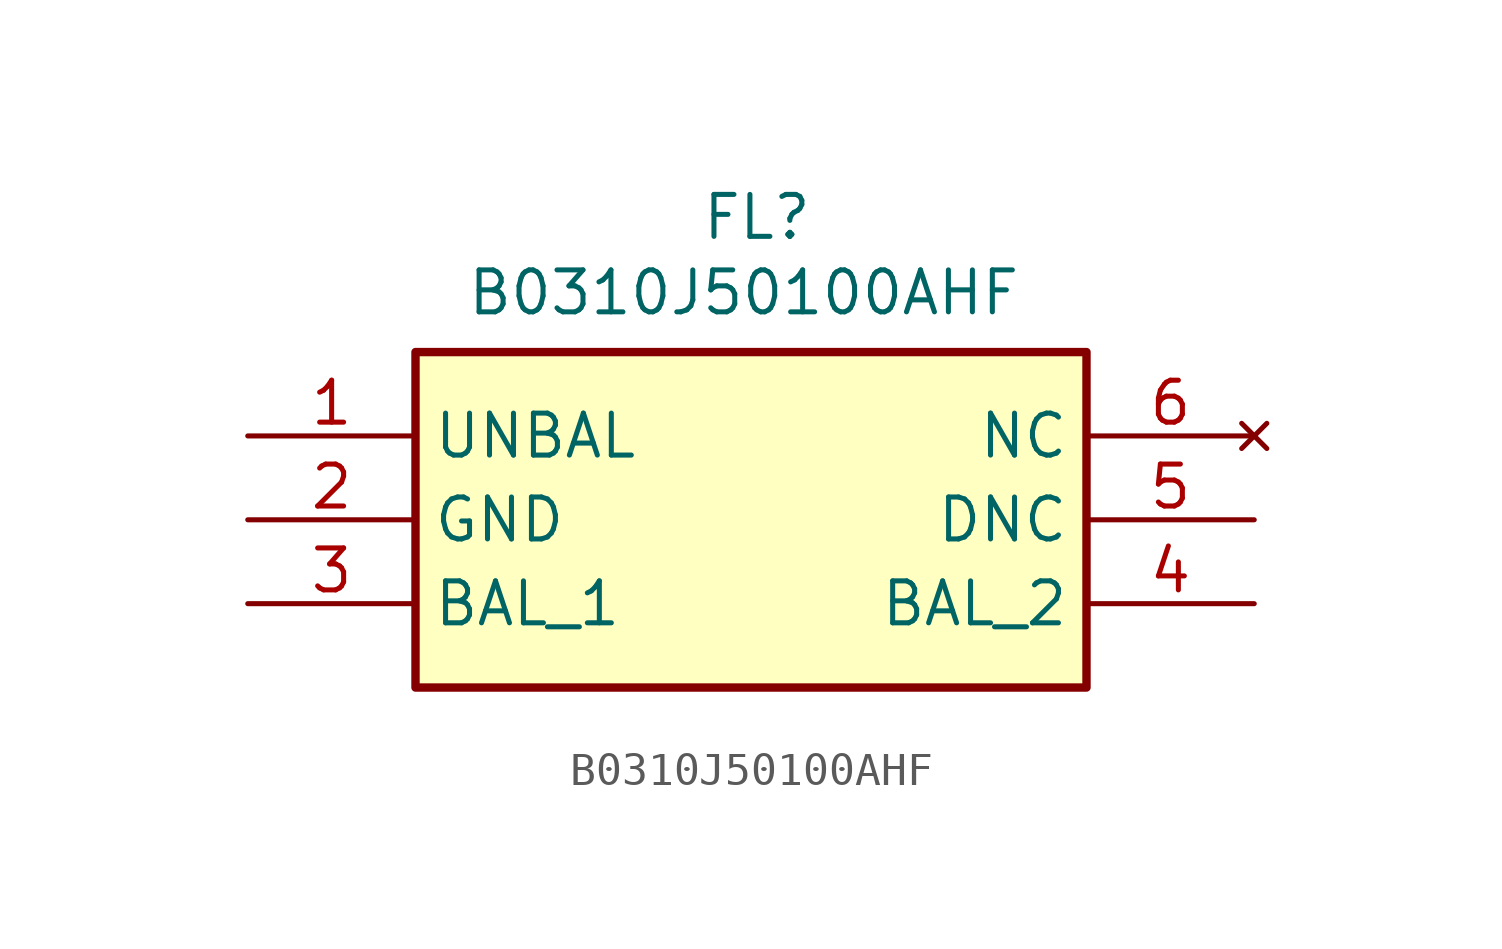
<source format=kicad_sym>
(kicad_symbol_lib
  (version 20231120)
  (generator "kicad_symbol_editor")
  (generator_version "8.0")
  (symbol "B0310J50100AHF"
    (property "Reference" "FL"
      (at 13.716 7.366 0)
      (effects (font (size 1.27 1.27)) (justify left top)))
    (property "Value" "B0310J50100AHF"
      (at 6.604 5.08 0)
      (effects (font (size 1.27 1.27)) (justify left top)))
    (symbol "B0310J50100AHF_1_1"
      (rectangle (start 5.08 2.54) (end 25.4 -7.62) (stroke (width 0.254) (type default)) (fill (type background)))
      (pin passive line (at 0 0 0) (length 5.08) (name "UNBAL" (effects (font (size 1.27 1.27)))) (number "1" (effects (font (size 1.27 1.27)))))
      (pin passive line (at 0 -2.54 0) (length 5.08) (name "GND" (effects (font (size 1.27 1.27)))) (number "2" (effects (font (size 1.27 1.27)))))
      (pin passive line (at 0 -5.08 0) (length 5.08) (name "BAL_1" (effects (font (size 1.27 1.27)))) (number "3" (effects (font (size 1.27 1.27)))))
      (pin passive line (at 30.48 -5.08 180) (length 5.08) (name "BAL_2" (effects (font (size 1.27 1.27)))) (number "4" (effects (font (size 1.27 1.27)))))
      (pin passive line (at 30.48 -2.54 180) (length 5.08) (name "DNC" (effects (font (size 1.27 1.27)))) (number "5" (effects (font (size 1.27 1.27)))))
      (pin no_connect line (at 30.48 0 180) (length 5.08) (name "NC" (effects (font (size 1.27 1.27)))) (number "6" (effects (font (size 1.27 1.27))))))))
</source>
